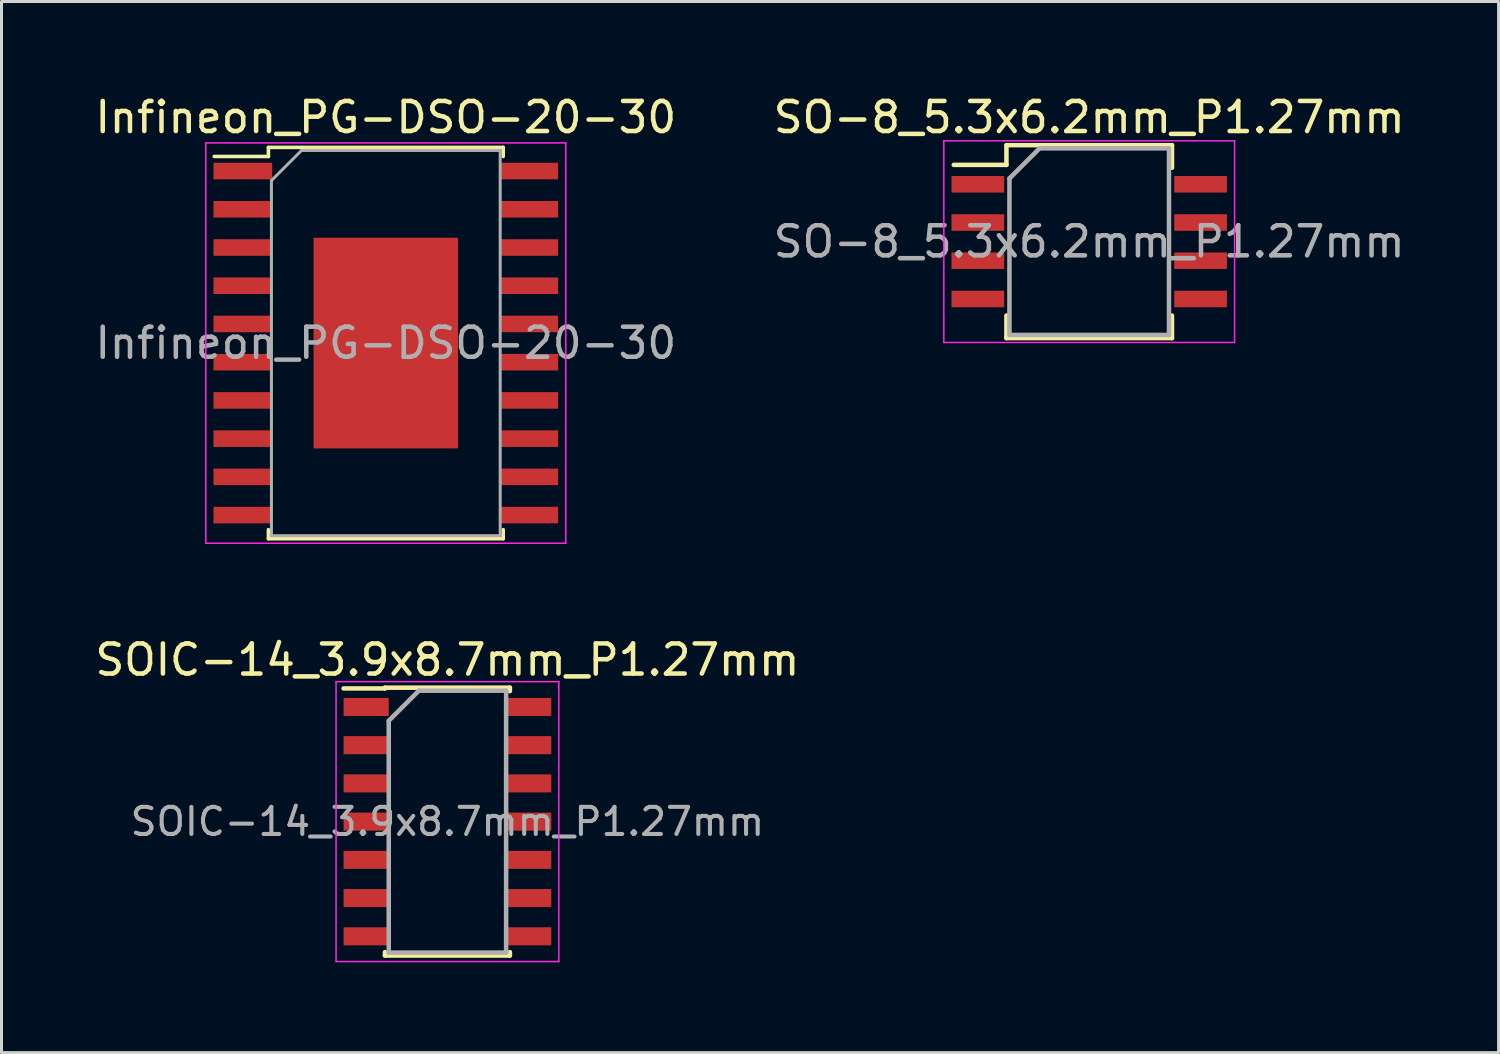
<source format=kicad_pcb>
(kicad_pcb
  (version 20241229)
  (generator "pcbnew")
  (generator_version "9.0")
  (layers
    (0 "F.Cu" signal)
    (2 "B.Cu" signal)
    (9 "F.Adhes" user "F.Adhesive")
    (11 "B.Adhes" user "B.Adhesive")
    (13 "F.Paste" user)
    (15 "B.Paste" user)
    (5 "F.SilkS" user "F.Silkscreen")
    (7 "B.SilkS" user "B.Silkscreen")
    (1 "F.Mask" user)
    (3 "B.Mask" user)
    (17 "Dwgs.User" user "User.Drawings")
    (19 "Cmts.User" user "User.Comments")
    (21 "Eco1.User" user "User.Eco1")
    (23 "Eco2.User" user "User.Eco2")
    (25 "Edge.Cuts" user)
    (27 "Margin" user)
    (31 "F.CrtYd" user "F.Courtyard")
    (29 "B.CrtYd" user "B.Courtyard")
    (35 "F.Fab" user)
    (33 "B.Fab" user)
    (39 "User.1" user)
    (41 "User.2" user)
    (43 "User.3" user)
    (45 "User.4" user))
  (footprint "Infineon_PG-DSO-20-30"
    (layer "F.Cu")
    (at 9.768 8.348)
    (property "Reference" "Infineon_PG-DSO-20-30" (at 0 -7.5 0) (layer "F.SilkS") (effects (font (size 1 1) (thickness 0.15))))
    (attr through_hole)
    (fp_line (start -5.7 -6.2) (end -3.9 -6.2) (stroke (width 0.12) (type solid)) (layer "F.SilkS"))
    (fp_line (start -3.9 -6.5) (end 3.9 -6.5) (stroke (width 0.12) (type solid)) (layer "F.SilkS"))
    (fp_line (start -3.9 -6.2) (end -3.9 -6.5) (stroke (width 0.12) (type solid)) (layer "F.SilkS"))
    (fp_line (start -3.9 6.2) (end -3.9 6.5) (stroke (width 0.12) (type solid)) (layer "F.SilkS"))
    (fp_line (start 3.9 -6.2) (end 3.9 -6.5) (stroke (width 0.12) (type solid)) (layer "F.SilkS"))
    (fp_line (start 3.9 6.2) (end 3.9 6.5) (stroke (width 0.12) (type solid)) (layer "F.SilkS"))
    (fp_line (start 3.9 6.5) (end -3.9 6.5) (stroke (width 0.12) (type solid)) (layer "F.SilkS"))
    (fp_line (start -5.98 -6.65) (end 5.98 -6.65) (stroke (width 0.05) (type solid)) (layer "F.CrtYd"))
    (fp_line (start -5.98 6.65) (end -5.98 -6.65) (stroke (width 0.05) (type solid)) (layer "F.CrtYd"))
    (fp_line (start -5.98 6.65) (end 5.98 6.65) (stroke (width 0.05) (type solid)) (layer "F.CrtYd"))
    (fp_line (start 5.98 6.65) (end 5.98 -6.65) (stroke (width 0.05) (type solid)) (layer "F.CrtYd"))
    (fp_line (start -3.8 6.4) (end -3.8 -5.4) (stroke (width 0.1) (type solid)) (layer "F.Fab"))
    (fp_line (start -2.8 -6.4) (end -3.8 -5.4) (stroke (width 0.1) (type solid)) (layer "F.Fab"))
    (fp_line (start -2.8 -6.4) (end 3.8 -6.4) (stroke (width 0.1) (type solid)) (layer "F.Fab"))
    (fp_line (start 3.8 -6.4) (end 3.8 6.4) (stroke (width 0.1) (type solid)) (layer "F.Fab"))
    (fp_line (start 3.8 6.4) (end -3.8 6.4) (stroke (width 0.1) (type solid)) (layer "F.Fab"))
    (fp_text user "${REFERENCE}" (at 0 0 0) (layer "F.Fab") (effects (font (size 1 1) (thickness 0.15))))
    (pad "" smd rect (at -1.2 -2.8) (size 2.1 1.1) (layers "F.Paste"))
    (pad "" smd rect (at -1.2 -1.4) (size 2.1 1.1) (layers "F.Paste"))
    (pad "" smd rect (at -1.2 0) (size 2.1 1.1) (layers "F.Paste"))
    (pad "" smd rect (at -1.2 1.4) (size 2.1 1.1) (layers "F.Paste"))
    (pad "" smd rect (at -1.2 2.8) (size 2.1 1.1) (layers "F.Paste"))
    (pad "" smd rect (at 1.2 -2.8) (size 2.1 1.1) (layers "F.Paste"))
    (pad "" smd rect (at 1.2 -1.4) (size 2.1 1.1) (layers "F.Paste"))
    (pad "" smd rect (at 1.2 0) (size 2.1 1.1) (layers "F.Paste"))
    (pad "" smd rect (at 1.2 1.4) (size 2.1 1.1) (layers "F.Paste"))
    (pad "" smd rect (at 1.2 2.8) (size 2.1 1.1) (layers "F.Paste"))
    (pad "1" smd rect (at -4.75 -5.715 90) (size 0.55 1.95) (layers "F.Cu" "F.Mask" "F.Paste"))
    (pad "2" smd rect (at -4.75 -4.445 90) (size 0.55 1.95) (layers "F.Cu" "F.Mask" "F.Paste"))
    (pad "3" smd rect (at -4.75 -3.175 90) (size 0.55 1.95) (layers "F.Cu" "F.Mask" "F.Paste"))
    (pad "4" smd rect (at -4.75 -1.905 90) (size 0.55 1.95) (layers "F.Cu" "F.Mask" "F.Paste"))
    (pad "5" smd rect (at -4.75 -0.635 90) (size 0.55 1.95) (layers "F.Cu" "F.Mask" "F.Paste"))
    (pad "6" smd rect (at -4.75 0.635 90) (size 0.55 1.95) (layers "F.Cu" "F.Mask" "F.Paste"))
    (pad "7" smd rect (at -4.75 1.905 90) (size 0.55 1.95) (layers "F.Cu" "F.Mask" "F.Paste"))
    (pad "8" smd rect (at -4.75 3.175 90) (size 0.55 1.95) (layers "F.Cu" "F.Mask" "F.Paste"))
    (pad "9" smd rect (at -4.75 4.445 90) (size 0.55 1.95) (layers "F.Cu" "F.Mask" "F.Paste"))
    (pad "10" smd rect (at -4.75 5.715 90) (size 0.55 1.95) (layers "F.Cu" "F.Mask" "F.Paste"))
    (pad "11" smd rect (at 4.75 5.715 90) (size 0.55 1.95) (layers "F.Cu" "F.Mask" "F.Paste"))
    (pad "12" smd rect (at 4.75 4.445 90) (size 0.55 1.95) (layers "F.Cu" "F.Mask" "F.Paste"))
    (pad "13" smd rect (at 4.75 3.175 90) (size 0.55 1.95) (layers "F.Cu" "F.Mask" "F.Paste"))
    (pad "14" smd rect (at 4.75 1.905 90) (size 0.55 1.95) (layers "F.Cu" "F.Mask" "F.Paste"))
    (pad "15" smd rect (at 4.75 0.635 90) (size 0.55 1.95) (layers "F.Cu" "F.Mask" "F.Paste"))
    (pad "16" smd rect (at 4.75 -0.635 90) (size 0.55 1.95) (layers "F.Cu" "F.Mask" "F.Paste"))
    (pad "17" smd rect (at 4.75 -1.905 90) (size 0.55 1.95) (layers "F.Cu" "F.Mask" "F.Paste"))
    (pad "18" smd rect (at 4.75 -3.175 90) (size 0.55 1.95) (layers "F.Cu" "F.Mask" "F.Paste"))
    (pad "19" smd rect (at 4.75 -4.445 90) (size 0.55 1.95) (layers "F.Cu" "F.Mask" "F.Paste"))
    (pad "20" smd rect (at 4.75 -5.715 90) (size 0.55 1.95) (layers "F.Cu" "F.Mask" "F.Paste"))
    (pad "21" smd rect (at 0 0) (size 4.8 7) (layers "F.Cu" "F.Mask")))
  (footprint "SO-8_5.3x6.2mm_P1.27mm"
    (layer "F.Cu")
    (at 33.137 4.978)
    (property "Reference" "SO-8_5.3x6.2mm_P1.27mm" (at 0 -4.13 0) (layer "F.SilkS") (effects (font (size 1 1) (thickness 0.15))))
    (attr smd)
    (fp_line (start -2.75 -3.205) (end -2.75 -2.55) (stroke (width 0.15) (type solid)) (layer "F.SilkS"))
    (fp_line (start -2.75 -3.205) (end 2.75 -3.205) (stroke (width 0.15) (type solid)) (layer "F.SilkS"))
    (fp_line (start -2.75 -2.55) (end -4.5 -2.55) (stroke (width 0.15) (type solid)) (layer "F.SilkS"))
    (fp_line (start -2.75 3.205) (end -2.75 2.455) (stroke (width 0.15) (type solid)) (layer "F.SilkS"))
    (fp_line (start -2.75 3.205) (end 2.75 3.205) (stroke (width 0.15) (type solid)) (layer "F.SilkS"))
    (fp_line (start 2.75 -3.205) (end 2.75 -2.455) (stroke (width 0.15) (type solid)) (layer "F.SilkS"))
    (fp_line (start 2.75 3.205) (end 2.75 2.455) (stroke (width 0.15) (type solid)) (layer "F.SilkS"))
    (fp_line (start -4.83 -3.35) (end -4.83 3.35) (stroke (width 0.05) (type solid)) (layer "F.CrtYd"))
    (fp_line (start -4.83 -3.35) (end 4.83 -3.35) (stroke (width 0.05) (type solid)) (layer "F.CrtYd"))
    (fp_line (start -4.83 3.35) (end 4.83 3.35) (stroke (width 0.05) (type solid)) (layer "F.CrtYd"))
    (fp_line (start 4.83 -3.35) (end 4.83 3.35) (stroke (width 0.05) (type solid)) (layer "F.CrtYd"))
    (fp_line (start -2.65 -2.1) (end -1.65 -3.1) (stroke (width 0.15) (type solid)) (layer "F.Fab"))
    (fp_line (start -2.65 3.1) (end -2.65 -2.1) (stroke (width 0.15) (type solid)) (layer "F.Fab"))
    (fp_line (start -1.65 -3.1) (end 2.65 -3.1) (stroke (width 0.15) (type solid)) (layer "F.Fab"))
    (fp_line (start 2.65 -3.1) (end 2.65 3.1) (stroke (width 0.15) (type solid)) (layer "F.Fab"))
    (fp_line (start 2.65 3.1) (end -2.65 3.1) (stroke (width 0.15) (type solid)) (layer "F.Fab"))
    (fp_text user "${REFERENCE}" (at 0 0 0) (layer "F.Fab") (effects (font (size 1 1) (thickness 0.15))))
    (pad "1" smd rect (at -3.7 -1.905) (size 1.75 0.55) (layers "F.Cu" "F.Mask" "F.Paste"))
    (pad "2" smd rect (at -3.7 -0.635) (size 1.75 0.55) (layers "F.Cu" "F.Mask" "F.Paste"))
    (pad "3" smd rect (at -3.7 0.635) (size 1.75 0.55) (layers "F.Cu" "F.Mask" "F.Paste"))
    (pad "4" smd rect (at -3.7 1.905) (size 1.75 0.55) (layers "F.Cu" "F.Mask" "F.Paste"))
    (pad "5" smd rect (at 3.7 1.905) (size 1.75 0.55) (layers "F.Cu" "F.Mask" "F.Paste"))
    (pad "6" smd rect (at 3.7 0.635) (size 1.75 0.55) (layers "F.Cu" "F.Mask" "F.Paste"))
    (pad "7" smd rect (at 3.7 -0.635) (size 1.75 0.55) (layers "F.Cu" "F.Mask" "F.Paste"))
    (pad "8" smd rect (at 3.7 -1.905) (size 1.75 0.55) (layers "F.Cu" "F.Mask" "F.Paste")))
  (footprint "SOIC-14_3.9x8.7mm_P1.27mm"
    (layer "F.Cu")
    (at 11.815 24.247)
    (property "Reference" "SOIC-14_3.9x8.7mm_P1.27mm" (at 0 -5.375 0) (layer "F.SilkS") (effects (font (size 1 1) (thickness 0.15))))
    (attr smd)
    (fp_line (start -2.075 -4.45) (end -2.075 -4.425) (stroke (width 0.15) (type solid)) (layer "F.SilkS"))
    (fp_line (start -2.075 -4.45) (end 2.075 -4.45) (stroke (width 0.15) (type solid)) (layer "F.SilkS"))
    (fp_line (start -2.075 -4.425) (end -3.45 -4.425) (stroke (width 0.15) (type solid)) (layer "F.SilkS"))
    (fp_line (start -2.075 4.45) (end -2.075 4.335) (stroke (width 0.15) (type solid)) (layer "F.SilkS"))
    (fp_line (start -2.075 4.45) (end 2.075 4.45) (stroke (width 0.15) (type solid)) (layer "F.SilkS"))
    (fp_line (start 2.075 -4.45) (end 2.075 -4.335) (stroke (width 0.15) (type solid)) (layer "F.SilkS"))
    (fp_line (start 2.075 4.45) (end 2.075 4.335) (stroke (width 0.15) (type solid)) (layer "F.SilkS"))
    (fp_line (start -3.7 -4.65) (end -3.7 4.65) (stroke (width 0.05) (type solid)) (layer "F.CrtYd"))
    (fp_line (start -3.7 -4.65) (end 3.7 -4.65) (stroke (width 0.05) (type solid)) (layer "F.CrtYd"))
    (fp_line (start -3.7 4.65) (end 3.7 4.65) (stroke (width 0.05) (type solid)) (layer "F.CrtYd"))
    (fp_line (start 3.7 -4.65) (end 3.7 4.65) (stroke (width 0.05) (type solid)) (layer "F.CrtYd"))
    (fp_line (start -1.95 -3.35) (end -0.95 -4.35) (stroke (width 0.15) (type solid)) (layer "F.Fab"))
    (fp_line (start -1.95 4.35) (end -1.95 -3.35) (stroke (width 0.15) (type solid)) (layer "F.Fab"))
    (fp_line (start -0.95 -4.35) (end 1.95 -4.35) (stroke (width 0.15) (type solid)) (layer "F.Fab"))
    (fp_line (start 1.95 -4.35) (end 1.95 4.35) (stroke (width 0.15) (type solid)) (layer "F.Fab"))
    (fp_line (start 1.95 4.35) (end -1.95 4.35) (stroke (width 0.15) (type solid)) (layer "F.Fab"))
    (fp_text user "${REFERENCE}" (at 0 0 0) (layer "F.Fab") (effects (font (size 0.9 0.9) (thickness 0.135))))
    (pad "1" smd rect (at -2.7 -3.81) (size 1.5 0.6) (layers "F.Cu" "F.Mask" "F.Paste"))
    (pad "2" smd rect (at -2.7 -2.54) (size 1.5 0.6) (layers "F.Cu" "F.Mask" "F.Paste"))
    (pad "3" smd rect (at -2.7 -1.27) (size 1.5 0.6) (layers "F.Cu" "F.Mask" "F.Paste"))
    (pad "4" smd rect (at -2.7 0) (size 1.5 0.6) (layers "F.Cu" "F.Mask" "F.Paste"))
    (pad "5" smd rect (at -2.7 1.27) (size 1.5 0.6) (layers "F.Cu" "F.Mask" "F.Paste"))
    (pad "6" smd rect (at -2.7 2.54) (size 1.5 0.6) (layers "F.Cu" "F.Mask" "F.Paste"))
    (pad "7" smd rect (at -2.7 3.81) (size 1.5 0.6) (layers "F.Cu" "F.Mask" "F.Paste"))
    (pad "8" smd rect (at 2.7 3.81) (size 1.5 0.6) (layers "F.Cu" "F.Mask" "F.Paste"))
    (pad "9" smd rect (at 2.7 2.54) (size 1.5 0.6) (layers "F.Cu" "F.Mask" "F.Paste"))
    (pad "10" smd rect (at 2.7 1.27) (size 1.5 0.6) (layers "F.Cu" "F.Mask" "F.Paste"))
    (pad "11" smd rect (at 2.7 0) (size 1.5 0.6) (layers "F.Cu" "F.Mask" "F.Paste"))
    (pad "12" smd rect (at 2.7 -1.27) (size 1.5 0.6) (layers "F.Cu" "F.Mask" "F.Paste"))
    (pad "13" smd rect (at 2.7 -2.54) (size 1.5 0.6) (layers "F.Cu" "F.Mask" "F.Paste"))
    (pad "14" smd rect (at 2.7 -3.81) (size 1.5 0.6) (layers "F.Cu" "F.Mask" "F.Paste")))
  (gr_rect
    (start -3 -3)
    (end 46.738 31.922)
    (stroke (width 0.1) (type default))
    (fill no)
    (layer "Edge.Cuts")))
</source>
